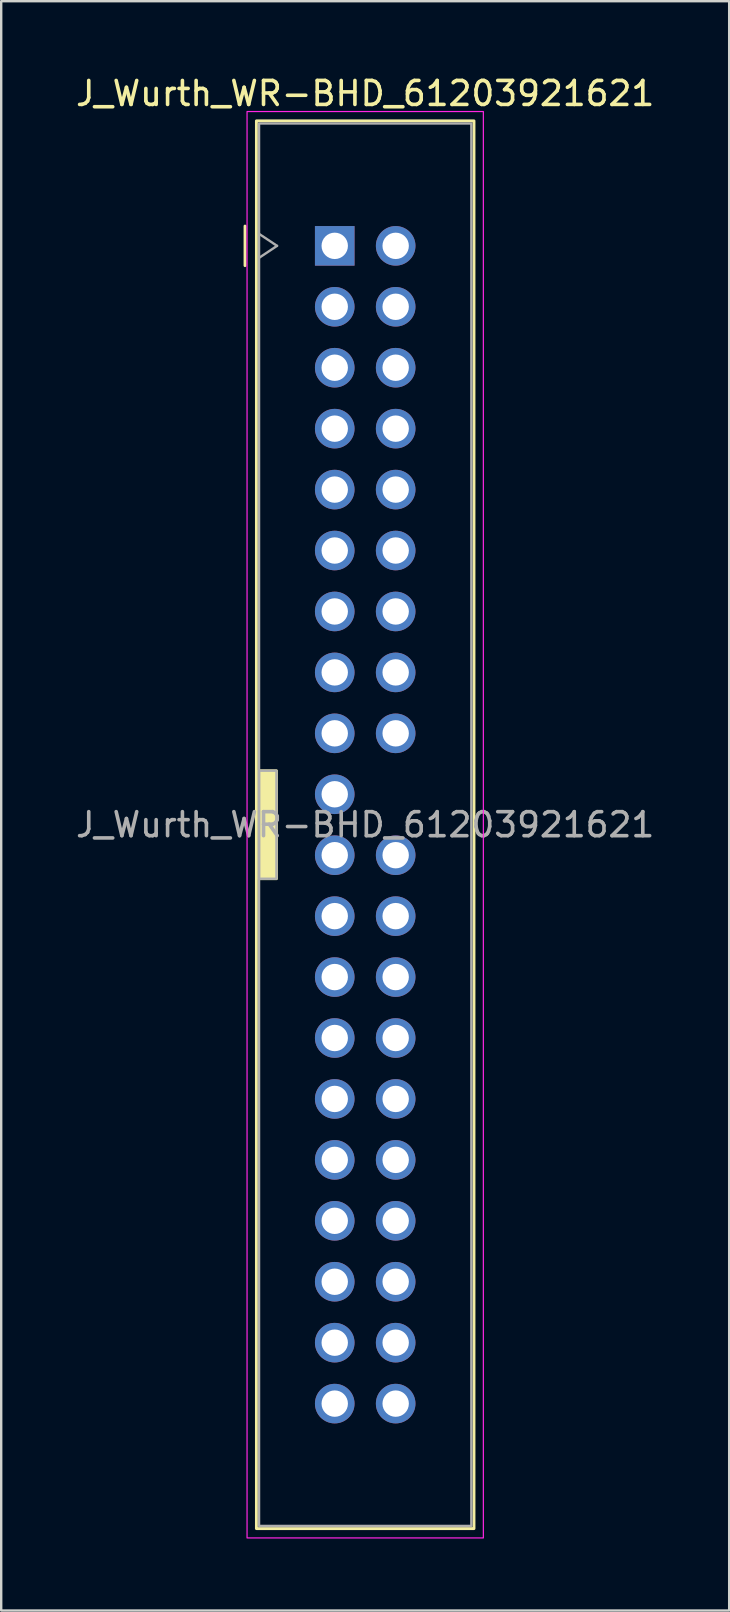
<source format=kicad_pcb>
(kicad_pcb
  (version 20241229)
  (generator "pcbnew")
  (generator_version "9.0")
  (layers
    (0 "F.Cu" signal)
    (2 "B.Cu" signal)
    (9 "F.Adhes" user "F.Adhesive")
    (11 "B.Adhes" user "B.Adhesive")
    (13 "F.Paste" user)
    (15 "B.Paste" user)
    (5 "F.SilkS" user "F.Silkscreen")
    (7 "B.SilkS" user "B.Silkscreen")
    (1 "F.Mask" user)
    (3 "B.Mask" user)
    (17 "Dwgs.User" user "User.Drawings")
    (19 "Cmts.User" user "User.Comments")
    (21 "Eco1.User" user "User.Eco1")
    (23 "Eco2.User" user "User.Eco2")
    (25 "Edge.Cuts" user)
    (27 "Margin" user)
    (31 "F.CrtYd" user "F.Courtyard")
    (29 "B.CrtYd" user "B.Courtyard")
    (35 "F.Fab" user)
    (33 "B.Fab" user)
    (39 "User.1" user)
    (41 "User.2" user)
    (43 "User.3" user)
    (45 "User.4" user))
  (footprint "J_Wurth_WR-BHD_61203921621"
    (layer "F.Cu")
    (at 10.903 7.198)
    (property "Reference" "J_Wurth_WR-BHD_61203921621" (at 1.27 -6.35 0) (unlocked yes) (layer "F.SilkS") (effects (font (size 1 1) (thickness 0.15))))
    (attr through_hole)
    (fp_line (start -3.74 -0.825) (end -3.74 0.825) (stroke (width 0.12) (type solid)) (layer "F.SilkS"))
    (fp_rect (start -3.265 -5.21) (end 5.805 53.47) (stroke (width 0.12) (type solid)) (fill no) (layer "F.SilkS"))
    (fp_rect (start -3.155 21.88) (end -2.43 26.38) (stroke (width 0.12) (type solid)) (fill yes) (layer "F.SilkS"))
    (fp_rect (start -3.655 -5.6) (end 6.195 53.86) (stroke (width 0.05) (type solid)) (fill no) (layer "F.CrtYd"))
    (fp_line (start -2.405 0) (end -3.155 -0.5) (stroke (width 0.1) (type solid)) (layer "F.Fab"))
    (fp_line (start -2.405 0) (end -3.155 0.5) (stroke (width 0.1) (type solid)) (layer "F.Fab"))
    (fp_rect (start -3.155 21.88) (end -2.43 26.38) (stroke (width 0.1) (type solid)) (fill no) (layer "F.Fab"))
    (fp_rect (start -3.155 -5.1) (end 5.695 53.36) (stroke (width 0.1) (type solid)) (fill no) (layer "F.Fab"))
    (fp_text user "${REFERENCE}" (at 1.27 24.13 0) (unlocked yes) (layer "F.Fab") (effects (font (size 1 1) (thickness 0.15))))
    (pad "1" thru_hole rect (at 0 0 270) (size 1.65 1.65) (drill 1.1) (layers "*.Cu" "*.Mask"))
    (pad "2" thru_hole circle (at 2.54 0 270) (size 1.65 1.65) (drill 1.1) (layers "*.Cu" "*.Mask"))
    (pad "3" thru_hole circle (at 0 2.54 270) (size 1.65 1.65) (drill 1.1) (layers "*.Cu" "*.Mask"))
    (pad "4" thru_hole circle (at 2.54 2.54 270) (size 1.65 1.65) (drill 1.1) (layers "*.Cu" "*.Mask"))
    (pad "5" thru_hole circle (at 0 5.08 270) (size 1.65 1.65) (drill 1.1) (layers "*.Cu" "*.Mask"))
    (pad "6" thru_hole circle (at 2.54 5.08 270) (size 1.65 1.65) (drill 1.1) (layers "*.Cu" "*.Mask"))
    (pad "7" thru_hole circle (at 0 7.62 270) (size 1.65 1.65) (drill 1.1) (layers "*.Cu" "*.Mask"))
    (pad "8" thru_hole circle (at 2.54 7.62 270) (size 1.65 1.65) (drill 1.1) (layers "*.Cu" "*.Mask"))
    (pad "9" thru_hole circle (at 0 10.16 270) (size 1.65 1.65) (drill 1.1) (layers "*.Cu" "*.Mask"))
    (pad "10" thru_hole circle (at 2.54 10.16 270) (size 1.65 1.65) (drill 1.1) (layers "*.Cu" "*.Mask"))
    (pad "11" thru_hole circle (at 0 12.7 270) (size 1.65 1.65) (drill 1.1) (layers "*.Cu" "*.Mask"))
    (pad "12" thru_hole circle (at 2.54 12.7 270) (size 1.65 1.65) (drill 1.1) (layers "*.Cu" "*.Mask"))
    (pad "13" thru_hole circle (at 0 15.24 270) (size 1.65 1.65) (drill 1.1) (layers "*.Cu" "*.Mask"))
    (pad "14" thru_hole circle (at 2.54 15.24 270) (size 1.65 1.65) (drill 1.1) (layers "*.Cu" "*.Mask"))
    (pad "15" thru_hole circle (at 0 17.78 270) (size 1.65 1.65) (drill 1.1) (layers "*.Cu" "*.Mask"))
    (pad "16" thru_hole circle (at 2.54 17.78 270) (size 1.65 1.65) (drill 1.1) (layers "*.Cu" "*.Mask"))
    (pad "17" thru_hole circle (at 0 20.32 270) (size 1.65 1.65) (drill 1.1) (layers "*.Cu" "*.Mask"))
    (pad "18" thru_hole circle (at 2.54 20.32 270) (size 1.65 1.65) (drill 1.1) (layers "*.Cu" "*.Mask"))
    (pad "19" thru_hole circle (at 0 22.86 270) (size 1.65 1.65) (drill 1.1) (layers "*.Cu" "*.Mask"))
    (pad "21" thru_hole circle (at 0 25.4 270) (size 1.65 1.65) (drill 1.1) (layers "*.Cu" "*.Mask"))
    (pad "22" thru_hole circle (at 2.54 25.4 270) (size 1.65 1.65) (drill 1.1) (layers "*.Cu" "*.Mask"))
    (pad "23" thru_hole circle (at 0 27.94 270) (size 1.65 1.65) (drill 1.1) (layers "*.Cu" "*.Mask"))
    (pad "24" thru_hole circle (at 2.54 27.94 270) (size 1.65 1.65) (drill 1.1) (layers "*.Cu" "*.Mask"))
    (pad "25" thru_hole circle (at 0 30.48 270) (size 1.65 1.65) (drill 1.1) (layers "*.Cu" "*.Mask"))
    (pad "26" thru_hole circle (at 2.54 30.48 270) (size 1.65 1.65) (drill 1.1) (layers "*.Cu" "*.Mask"))
    (pad "27" thru_hole circle (at 0 33.02 270) (size 1.65 1.65) (drill 1.1) (layers "*.Cu" "*.Mask"))
    (pad "28" thru_hole circle (at 2.54 33.02 270) (size 1.65 1.65) (drill 1.1) (layers "*.Cu" "*.Mask"))
    (pad "29" thru_hole circle (at 0 35.56 270) (size 1.65 1.65) (drill 1.1) (layers "*.Cu" "*.Mask"))
    (pad "30" thru_hole circle (at 2.54 35.56 270) (size 1.65 1.65) (drill 1.1) (layers "*.Cu" "*.Mask"))
    (pad "31" thru_hole circle (at 0 38.1 270) (size 1.65 1.65) (drill 1.1) (layers "*.Cu" "*.Mask"))
    (pad "32" thru_hole circle (at 2.54 38.1 270) (size 1.65 1.65) (drill 1.1) (layers "*.Cu" "*.Mask"))
    (pad "33" thru_hole circle (at 0 40.64 270) (size 1.65 1.65) (drill 1.1) (layers "*.Cu" "*.Mask"))
    (pad "34" thru_hole circle (at 2.54 40.64 270) (size 1.65 1.65) (drill 1.1) (layers "*.Cu" "*.Mask"))
    (pad "35" thru_hole circle (at 0 43.18 270) (size 1.65 1.65) (drill 1.1) (layers "*.Cu" "*.Mask"))
    (pad "36" thru_hole circle (at 2.54 43.18 270) (size 1.65 1.65) (drill 1.1) (layers "*.Cu" "*.Mask"))
    (pad "37" thru_hole circle (at 0 45.72 270) (size 1.65 1.65) (drill 1.1) (layers "*.Cu" "*.Mask"))
    (pad "38" thru_hole circle (at 2.54 45.72 270) (size 1.65 1.65) (drill 1.1) (layers "*.Cu" "*.Mask"))
    (pad "39" thru_hole circle (at 0 48.26 270) (size 1.65 1.65) (drill 1.1) (layers "*.Cu" "*.Mask"))
    (pad "40" thru_hole circle (at 2.54 48.26 270) (size 1.65 1.65) (drill 1.1) (layers "*.Cu" "*.Mask")))
  (gr_rect
    (start -3 -3)
    (end 27.345 64.083)
    (stroke (width 0.1) (type default))
    (fill no)
    (layer "Edge.Cuts")))
</source>
